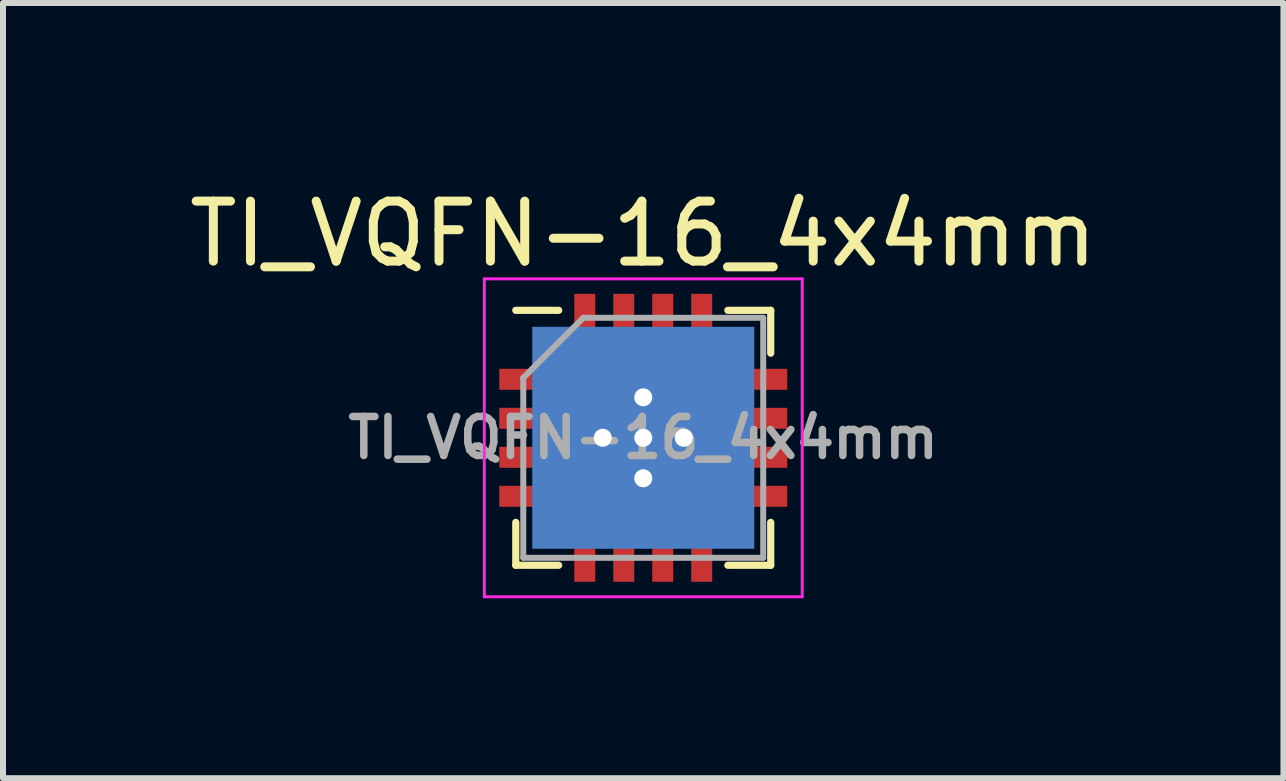
<source format=kicad_pcb>
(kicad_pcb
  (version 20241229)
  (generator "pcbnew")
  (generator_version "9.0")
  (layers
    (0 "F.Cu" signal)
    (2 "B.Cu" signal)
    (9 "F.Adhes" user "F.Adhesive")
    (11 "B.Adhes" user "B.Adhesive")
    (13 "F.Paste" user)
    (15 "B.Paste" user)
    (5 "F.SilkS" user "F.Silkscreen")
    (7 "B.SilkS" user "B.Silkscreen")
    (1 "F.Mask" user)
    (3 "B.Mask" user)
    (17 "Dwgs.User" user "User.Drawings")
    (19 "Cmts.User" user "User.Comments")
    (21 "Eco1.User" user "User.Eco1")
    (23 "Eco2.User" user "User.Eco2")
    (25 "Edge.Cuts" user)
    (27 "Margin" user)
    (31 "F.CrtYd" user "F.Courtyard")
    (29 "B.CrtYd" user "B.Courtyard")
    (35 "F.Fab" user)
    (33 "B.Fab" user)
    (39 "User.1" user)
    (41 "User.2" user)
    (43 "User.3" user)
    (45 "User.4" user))
  (footprint "TI_VQFN-16_4x4mm"
    (layer "F.Cu")
    (at 7.673 4.248)
    (property "Reference" "TI_VQFN-16_4x4mm" (at 0 -3.4 0) (layer "F.SilkS") (effects (font (size 1 1) (thickness 0.15))))
    (attr smd)
    (fp_line (start -2.125 -2.125) (end -1.41 -2.125) (stroke (width 0.12) (type solid)) (layer "F.SilkS"))
    (fp_line (start -2.125 2.125) (end -2.125 1.41) (stroke (width 0.12) (type solid)) (layer "F.SilkS"))
    (fp_line (start -1.41 2.125) (end -2.125 2.125) (stroke (width 0.12) (type solid)) (layer "F.SilkS"))
    (fp_line (start 1.41 -2.125) (end 2.125 -2.125) (stroke (width 0.12) (type solid)) (layer "F.SilkS"))
    (fp_line (start 1.41 2.125) (end 2.125 2.125) (stroke (width 0.12) (type solid)) (layer "F.SilkS"))
    (fp_line (start 2.125 -2.125) (end 2.125 -1.41) (stroke (width 0.12) (type solid)) (layer "F.SilkS"))
    (fp_line (start 2.125 2.125) (end 2.125 1.41) (stroke (width 0.12) (type solid)) (layer "F.SilkS"))
    (fp_line (start -2.65 -2.65) (end -2.65 2.65) (stroke (width 0.05) (type solid)) (layer "F.CrtYd"))
    (fp_line (start -2.65 2.65) (end 2.65 2.65) (stroke (width 0.05) (type solid)) (layer "F.CrtYd"))
    (fp_line (start 2.65 -2.65) (end -2.65 -2.65) (stroke (width 0.05) (type solid)) (layer "F.CrtYd"))
    (fp_line (start 2.65 2.65) (end 2.65 -2.65) (stroke (width 0.05) (type solid)) (layer "F.CrtYd"))
    (fp_line (start -2 -1) (end -1 -2) (stroke (width 0.1) (type solid)) (layer "F.Fab"))
    (fp_line (start -2 2) (end -2 -1) (stroke (width 0.1) (type solid)) (layer "F.Fab"))
    (fp_line (start -1 -2) (end 2 -2) (stroke (width 0.1) (type solid)) (layer "F.Fab"))
    (fp_line (start 2 -2) (end 2 2) (stroke (width 0.1) (type solid)) (layer "F.Fab"))
    (fp_line (start 2 2) (end -2 2) (stroke (width 0.1) (type solid)) (layer "F.Fab"))
    (fp_text user "${REFERENCE}" (at 0 0 0) (layer "F.Fab") (effects (font (size 0.65 0.65) (thickness 0.125))))
    (pad "" smd rect (at -0.675 -0.675) (size 0.894 0.894) (layers "F.Paste"))
    (pad "" smd rect (at -0.675 0.675) (size 0.894 0.894) (layers "F.Paste"))
    (pad "" smd rect (at 0.675 -0.675) (size 0.894 0.894) (layers "F.Paste"))
    (pad "" smd rect (at 0.675 0.675) (size 0.894 0.894) (layers "F.Paste"))
    (pad "1" smd rect (at -1.975 -0.975) (size 0.85 0.35) (layers "F.Cu" "F.Mask" "F.Paste"))
    (pad "2" smd rect (at -1.975 -0.325) (size 0.85 0.35) (layers "F.Cu" "F.Mask" "F.Paste"))
    (pad "3" smd rect (at -1.975 0.325) (size 0.85 0.35) (layers "F.Cu" "F.Mask" "F.Paste"))
    (pad "4" smd rect (at -1.975 0.975) (size 0.85 0.35) (layers "F.Cu" "F.Mask" "F.Paste"))
    (pad "5" smd rect (at -0.975 1.975 90) (size 0.85 0.35) (layers "F.Cu" "F.Mask" "F.Paste"))
    (pad "6" smd rect (at -0.325 1.975 90) (size 0.85 0.35) (layers "F.Cu" "F.Mask" "F.Paste"))
    (pad "7" smd rect (at 0.325 1.975 90) (size 0.85 0.35) (layers "F.Cu" "F.Mask" "F.Paste"))
    (pad "8" smd rect (at 0.975 1.975 90) (size 0.85 0.35) (layers "F.Cu" "F.Mask" "F.Paste"))
    (pad "9" smd rect (at 1.975 0.975) (size 0.85 0.35) (layers "F.Cu" "F.Mask" "F.Paste"))
    (pad "10" smd rect (at 1.975 0.325) (size 0.85 0.35) (layers "F.Cu" "F.Mask" "F.Paste"))
    (pad "11" smd rect (at 1.975 -0.325) (size 0.85 0.35) (layers "F.Cu" "F.Mask" "F.Paste"))
    (pad "12" smd rect (at 1.975 -0.975) (size 0.85 0.35) (layers "F.Cu" "F.Mask" "F.Paste"))
    (pad "13" smd rect (at 0.975 -1.975 90) (size 0.85 0.35) (layers "F.Cu" "F.Mask" "F.Paste"))
    (pad "14" smd rect (at 0.325 -1.975 90) (size 0.85 0.35) (layers "F.Cu" "F.Mask" "F.Paste"))
    (pad "15" smd rect (at -0.325 -1.975 90) (size 0.85 0.35) (layers "F.Cu" "F.Mask" "F.Paste"))
    (pad "16" smd rect (at -0.975 -1.975 90) (size 0.85 0.35) (layers "F.Cu" "F.Mask" "F.Paste"))
    (pad "17" thru_hole circle (at -0.675 0) (size 0.6 0.6) (drill 0.3) (layers "*.Cu"))
    (pad "17" thru_hole circle (at 0 -0.675) (size 0.6 0.6) (drill 0.3) (layers "*.Cu"))
    (pad "17" thru_hole circle (at 0 0) (size 0.6 0.6) (drill 0.3) (layers "*.Cu"))
    (pad "17" smd rect (at 0 0) (size 2.7 2.7) (layers "F.Cu" "F.Mask"))
    (pad "17" smd rect (at 0 0) (size 3.7 3.7) (layers "B.Cu"))
    (pad "17" thru_hole circle (at 0 0.675) (size 0.6 0.6) (drill 0.3) (layers "*.Cu"))
    (pad "17" thru_hole circle (at 0.675 0) (size 0.6 0.6) (drill 0.3) (layers "*.Cu")))
  (gr_rect
    (start -3 -3)
    (end 18.345 9.923)
    (stroke (width 0.1) (type default))
    (fill no)
    (layer "Edge.Cuts")))
</source>
